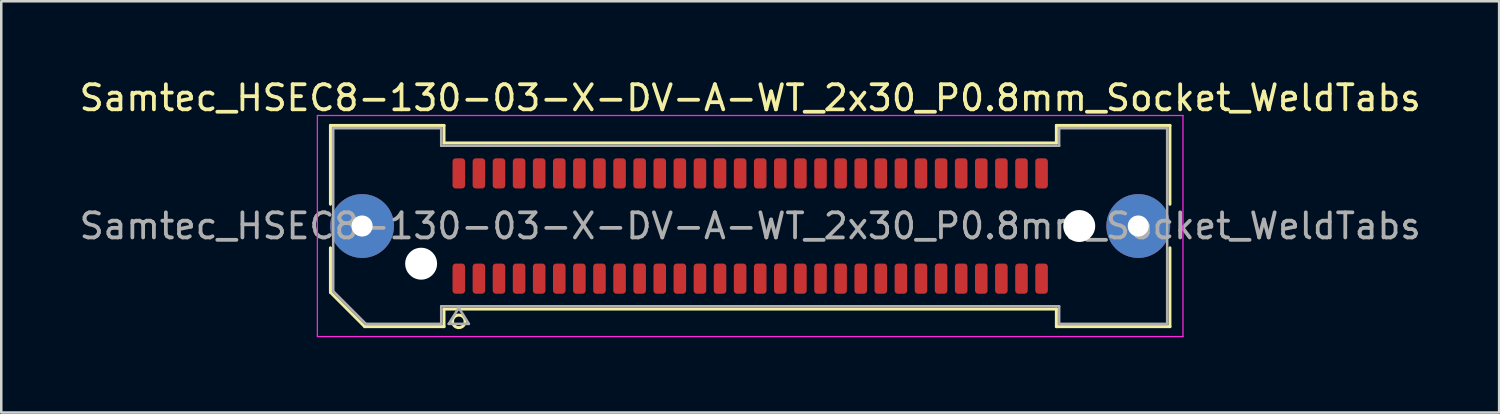
<source format=kicad_pcb>
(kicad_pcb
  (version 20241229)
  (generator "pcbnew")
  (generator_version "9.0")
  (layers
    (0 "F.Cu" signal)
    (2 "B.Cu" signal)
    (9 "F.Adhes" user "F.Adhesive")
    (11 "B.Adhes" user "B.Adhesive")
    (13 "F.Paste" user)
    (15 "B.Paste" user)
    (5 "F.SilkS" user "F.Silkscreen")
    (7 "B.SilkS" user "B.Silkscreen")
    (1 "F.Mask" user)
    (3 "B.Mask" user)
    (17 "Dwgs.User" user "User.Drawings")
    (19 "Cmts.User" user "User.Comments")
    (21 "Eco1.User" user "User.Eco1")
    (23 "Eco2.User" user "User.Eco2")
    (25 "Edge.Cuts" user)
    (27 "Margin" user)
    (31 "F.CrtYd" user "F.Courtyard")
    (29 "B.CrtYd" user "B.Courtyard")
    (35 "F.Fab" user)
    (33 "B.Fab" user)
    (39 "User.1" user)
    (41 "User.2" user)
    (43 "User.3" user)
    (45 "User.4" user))
  (footprint "Samtec_HSEC8-130-03-X-DV-A-WT_2x30_P0.8mm_Socket_WeldTabs"
    (layer "F.Cu")
    (at 26.815 5.948)
    (property "Reference" "Samtec_HSEC8-130-03-X-DV-A-WT_2x30_P0.8mm_Socket_WeldTabs" (at 0 -5.1 0) (layer "F.SilkS") (effects (font (size 1 1) (thickness 0.15))))
    (attr smd)
    (fp_line (start -16.71 -4.005) (end -12.19 -4.005) (stroke (width 0.12) (type solid)) (layer "F.SilkS"))
    (fp_line (start -16.71 -0.868) (end -16.71 -4.005) (stroke (width 0.12) (type solid)) (layer "F.SilkS"))
    (fp_line (start -16.71 2.641) (end -16.71 0.868) (stroke (width 0.12) (type solid)) (layer "F.SilkS"))
    (fp_line (start -15.346 4.005) (end -16.71 2.641) (stroke (width 0.12) (type solid)) (layer "F.SilkS"))
    (fp_line (start -12.19 -4.005) (end -12.19 -3.305) (stroke (width 0.12) (type solid)) (layer "F.SilkS"))
    (fp_line (start -12.19 -3.305) (end 12.19 -3.305) (stroke (width 0.12) (type solid)) (layer "F.SilkS"))
    (fp_line (start -12.19 3.305) (end -12.19 4.005) (stroke (width 0.12) (type solid)) (layer "F.SilkS"))
    (fp_line (start -12.19 4.005) (end -15.346 4.005) (stroke (width 0.12) (type solid)) (layer "F.SilkS"))
    (fp_line (start 12.19 -4.005) (end 16.71 -4.005) (stroke (width 0.12) (type solid)) (layer "F.SilkS"))
    (fp_line (start 12.19 -3.305) (end 12.19 -4.005) (stroke (width 0.12) (type solid)) (layer "F.SilkS"))
    (fp_line (start 12.19 3.305) (end -12.19 3.305) (stroke (width 0.12) (type solid)) (layer "F.SilkS"))
    (fp_line (start 12.19 4.005) (end 12.19 3.305) (stroke (width 0.12) (type solid)) (layer "F.SilkS"))
    (fp_line (start 16.71 -4.005) (end 16.71 -0.868) (stroke (width 0.12) (type solid)) (layer "F.SilkS"))
    (fp_line (start 16.71 0.868) (end 16.71 4.005) (stroke (width 0.12) (type solid)) (layer "F.SilkS"))
    (fp_line (start 16.71 4.005) (end 12.19 4.005) (stroke (width 0.12) (type solid)) (layer "F.SilkS"))
    (fp_circle (center -11.6 3.795) (end -11.35 3.795) (stroke (width 0.12) (type solid)) (fill no) (layer "F.SilkS"))
    (fp_line (start -17.23 -4.4) (end -17.23 4.4) (stroke (width 0.05) (type solid)) (layer "F.CrtYd"))
    (fp_line (start -17.23 4.4) (end 17.23 4.4) (stroke (width 0.05) (type solid)) (layer "F.CrtYd"))
    (fp_line (start 17.23 -4.4) (end -17.23 -4.4) (stroke (width 0.05) (type solid)) (layer "F.CrtYd"))
    (fp_line (start 17.23 4.4) (end 17.23 -4.4) (stroke (width 0.05) (type solid)) (layer "F.CrtYd"))
    (fp_line (start -16.6 -3.895) (end -12.3 -3.895) (stroke (width 0.1) (type solid)) (layer "F.Fab"))
    (fp_line (start -16.6 2.595) (end -16.6 -3.895) (stroke (width 0.1) (type solid)) (layer "F.Fab"))
    (fp_line (start -15.3 3.895) (end -16.6 2.595) (stroke (width 0.1) (type solid)) (layer "F.Fab"))
    (fp_line (start -12.3 -3.895) (end -12.3 -3.195) (stroke (width 0.1) (type solid)) (layer "F.Fab"))
    (fp_line (start -12.3 -3.195) (end 12.3 -3.195) (stroke (width 0.1) (type solid)) (layer "F.Fab"))
    (fp_line (start -12.3 3.195) (end -12.3 3.895) (stroke (width 0.1) (type solid)) (layer "F.Fab"))
    (fp_line (start -12.3 3.895) (end -15.3 3.895) (stroke (width 0.1) (type solid)) (layer "F.Fab"))
    (fp_line (start -12 3.895) (end -11.6 3.255) (stroke (width 0.1) (type solid)) (layer "F.Fab"))
    (fp_line (start -11.6 3.255) (end -11.2 3.895) (stroke (width 0.1) (type solid)) (layer "F.Fab"))
    (fp_line (start -11.2 3.895) (end -12 3.895) (stroke (width 0.1) (type solid)) (layer "F.Fab"))
    (fp_line (start 12.3 -3.895) (end 16.6 -3.895) (stroke (width 0.1) (type solid)) (layer "F.Fab"))
    (fp_line (start 12.3 -3.195) (end 12.3 -3.895) (stroke (width 0.1) (type solid)) (layer "F.Fab"))
    (fp_line (start 12.3 3.195) (end -12.3 3.195) (stroke (width 0.1) (type solid)) (layer "F.Fab"))
    (fp_line (start 12.3 3.895) (end 12.3 3.195) (stroke (width 0.1) (type solid)) (layer "F.Fab"))
    (fp_line (start 16.6 -3.895) (end 16.6 3.895) (stroke (width 0.1) (type solid)) (layer "F.Fab"))
    (fp_line (start 16.6 3.895) (end 12.3 3.895) (stroke (width 0.1) (type solid)) (layer "F.Fab"))
    (fp_text user "${REFERENCE}" (at 0 0 0) (layer "F.Fab") (effects (font (size 1 1) (thickness 0.15))))
    (pad "" thru_hole circle (at -15.45 0) (size 2.54 2.54) (drill 0.84) (layers "*.Cu" "*.Mask" "F.Paste"))
    (pad "" np_thru_hole circle (at -13.1 1.5) (size 1.27 1.27) (drill 1.27) (layers "*.Cu" "*.Mask"))
    (pad "" np_thru_hole circle (at 13.1 0) (size 1.27 1.27) (drill 1.27) (layers "*.Cu" "*.Mask"))
    (pad "" thru_hole circle (at 15.45 0) (size 2.54 2.54) (drill 0.84) (layers "*.Cu" "*.Mask" "F.Paste"))
    (pad "1" smd roundrect (at -11.6 2.095) (size 0.5 1.2) (layers "F.Cu" "F.Mask" "F.Paste") (roundrect_rratio 0.25))
    (pad "2" smd roundrect (at -11.6 -2.095) (size 0.5 1.2) (layers "F.Cu" "F.Mask" "F.Paste") (roundrect_rratio 0.25))
    (pad "3" smd roundrect (at -10.8 2.095) (size 0.5 1.2) (layers "F.Cu" "F.Mask" "F.Paste") (roundrect_rratio 0.25))
    (pad "4" smd roundrect (at -10.8 -2.095) (size 0.5 1.2) (layers "F.Cu" "F.Mask" "F.Paste") (roundrect_rratio 0.25))
    (pad "5" smd roundrect (at -10 2.095) (size 0.5 1.2) (layers "F.Cu" "F.Mask" "F.Paste") (roundrect_rratio 0.25))
    (pad "6" smd roundrect (at -10 -2.095) (size 0.5 1.2) (layers "F.Cu" "F.Mask" "F.Paste") (roundrect_rratio 0.25))
    (pad "7" smd roundrect (at -9.2 2.095) (size 0.5 1.2) (layers "F.Cu" "F.Mask" "F.Paste") (roundrect_rratio 0.25))
    (pad "8" smd roundrect (at -9.2 -2.095) (size 0.5 1.2) (layers "F.Cu" "F.Mask" "F.Paste") (roundrect_rratio 0.25))
    (pad "9" smd roundrect (at -8.4 2.095) (size 0.5 1.2) (layers "F.Cu" "F.Mask" "F.Paste") (roundrect_rratio 0.25))
    (pad "10" smd roundrect (at -8.4 -2.095) (size 0.5 1.2) (layers "F.Cu" "F.Mask" "F.Paste") (roundrect_rratio 0.25))
    (pad "11" smd roundrect (at -7.6 2.095) (size 0.5 1.2) (layers "F.Cu" "F.Mask" "F.Paste") (roundrect_rratio 0.25))
    (pad "12" smd roundrect (at -7.6 -2.095) (size 0.5 1.2) (layers "F.Cu" "F.Mask" "F.Paste") (roundrect_rratio 0.25))
    (pad "13" smd roundrect (at -6.8 2.095) (size 0.5 1.2) (layers "F.Cu" "F.Mask" "F.Paste") (roundrect_rratio 0.25))
    (pad "14" smd roundrect (at -6.8 -2.095) (size 0.5 1.2) (layers "F.Cu" "F.Mask" "F.Paste") (roundrect_rratio 0.25))
    (pad "15" smd roundrect (at -6 2.095) (size 0.5 1.2) (layers "F.Cu" "F.Mask" "F.Paste") (roundrect_rratio 0.25))
    (pad "16" smd roundrect (at -6 -2.095) (size 0.5 1.2) (layers "F.Cu" "F.Mask" "F.Paste") (roundrect_rratio 0.25))
    (pad "17" smd roundrect (at -5.2 2.095) (size 0.5 1.2) (layers "F.Cu" "F.Mask" "F.Paste") (roundrect_rratio 0.25))
    (pad "18" smd roundrect (at -5.2 -2.095) (size 0.5 1.2) (layers "F.Cu" "F.Mask" "F.Paste") (roundrect_rratio 0.25))
    (pad "19" smd roundrect (at -4.4 2.095) (size 0.5 1.2) (layers "F.Cu" "F.Mask" "F.Paste") (roundrect_rratio 0.25))
    (pad "20" smd roundrect (at -4.4 -2.095) (size 0.5 1.2) (layers "F.Cu" "F.Mask" "F.Paste") (roundrect_rratio 0.25))
    (pad "21" smd roundrect (at -3.6 2.095) (size 0.5 1.2) (layers "F.Cu" "F.Mask" "F.Paste") (roundrect_rratio 0.25))
    (pad "22" smd roundrect (at -3.6 -2.095) (size 0.5 1.2) (layers "F.Cu" "F.Mask" "F.Paste") (roundrect_rratio 0.25))
    (pad "23" smd roundrect (at -2.8 2.095) (size 0.5 1.2) (layers "F.Cu" "F.Mask" "F.Paste") (roundrect_rratio 0.25))
    (pad "24" smd roundrect (at -2.8 -2.095) (size 0.5 1.2) (layers "F.Cu" "F.Mask" "F.Paste") (roundrect_rratio 0.25))
    (pad "25" smd roundrect (at -2 2.095) (size 0.5 1.2) (layers "F.Cu" "F.Mask" "F.Paste") (roundrect_rratio 0.25))
    (pad "26" smd roundrect (at -2 -2.095) (size 0.5 1.2) (layers "F.Cu" "F.Mask" "F.Paste") (roundrect_rratio 0.25))
    (pad "27" smd roundrect (at -1.2 2.095) (size 0.5 1.2) (layers "F.Cu" "F.Mask" "F.Paste") (roundrect_rratio 0.25))
    (pad "28" smd roundrect (at -1.2 -2.095) (size 0.5 1.2) (layers "F.Cu" "F.Mask" "F.Paste") (roundrect_rratio 0.25))
    (pad "29" smd roundrect (at -0.4 2.095) (size 0.5 1.2) (layers "F.Cu" "F.Mask" "F.Paste") (roundrect_rratio 0.25))
    (pad "30" smd roundrect (at -0.4 -2.095) (size 0.5 1.2) (layers "F.Cu" "F.Mask" "F.Paste") (roundrect_rratio 0.25))
    (pad "31" smd roundrect (at 0.4 2.095) (size 0.5 1.2) (layers "F.Cu" "F.Mask" "F.Paste") (roundrect_rratio 0.25))
    (pad "32" smd roundrect (at 0.4 -2.095) (size 0.5 1.2) (layers "F.Cu" "F.Mask" "F.Paste") (roundrect_rratio 0.25))
    (pad "33" smd roundrect (at 1.2 2.095) (size 0.5 1.2) (layers "F.Cu" "F.Mask" "F.Paste") (roundrect_rratio 0.25))
    (pad "34" smd roundrect (at 1.2 -2.095) (size 0.5 1.2) (layers "F.Cu" "F.Mask" "F.Paste") (roundrect_rratio 0.25))
    (pad "35" smd roundrect (at 2 2.095) (size 0.5 1.2) (layers "F.Cu" "F.Mask" "F.Paste") (roundrect_rratio 0.25))
    (pad "36" smd roundrect (at 2 -2.095) (size 0.5 1.2) (layers "F.Cu" "F.Mask" "F.Paste") (roundrect_rratio 0.25))
    (pad "37" smd roundrect (at 2.8 2.095) (size 0.5 1.2) (layers "F.Cu" "F.Mask" "F.Paste") (roundrect_rratio 0.25))
    (pad "38" smd roundrect (at 2.8 -2.095) (size 0.5 1.2) (layers "F.Cu" "F.Mask" "F.Paste") (roundrect_rratio 0.25))
    (pad "39" smd roundrect (at 3.6 2.095) (size 0.5 1.2) (layers "F.Cu" "F.Mask" "F.Paste") (roundrect_rratio 0.25))
    (pad "40" smd roundrect (at 3.6 -2.095) (size 0.5 1.2) (layers "F.Cu" "F.Mask" "F.Paste") (roundrect_rratio 0.25))
    (pad "41" smd roundrect (at 4.4 2.095) (size 0.5 1.2) (layers "F.Cu" "F.Mask" "F.Paste") (roundrect_rratio 0.25))
    (pad "42" smd roundrect (at 4.4 -2.095) (size 0.5 1.2) (layers "F.Cu" "F.Mask" "F.Paste") (roundrect_rratio 0.25))
    (pad "43" smd roundrect (at 5.2 2.095) (size 0.5 1.2) (layers "F.Cu" "F.Mask" "F.Paste") (roundrect_rratio 0.25))
    (pad "44" smd roundrect (at 5.2 -2.095) (size 0.5 1.2) (layers "F.Cu" "F.Mask" "F.Paste") (roundrect_rratio 0.25))
    (pad "45" smd roundrect (at 6 2.095) (size 0.5 1.2) (layers "F.Cu" "F.Mask" "F.Paste") (roundrect_rratio 0.25))
    (pad "46" smd roundrect (at 6 -2.095) (size 0.5 1.2) (layers "F.Cu" "F.Mask" "F.Paste") (roundrect_rratio 0.25))
    (pad "47" smd roundrect (at 6.8 2.095) (size 0.5 1.2) (layers "F.Cu" "F.Mask" "F.Paste") (roundrect_rratio 0.25))
    (pad "48" smd roundrect (at 6.8 -2.095) (size 0.5 1.2) (layers "F.Cu" "F.Mask" "F.Paste") (roundrect_rratio 0.25))
    (pad "49" smd roundrect (at 7.6 2.095) (size 0.5 1.2) (layers "F.Cu" "F.Mask" "F.Paste") (roundrect_rratio 0.25))
    (pad "50" smd roundrect (at 7.6 -2.095) (size 0.5 1.2) (layers "F.Cu" "F.Mask" "F.Paste") (roundrect_rratio 0.25))
    (pad "51" smd roundrect (at 8.4 2.095) (size 0.5 1.2) (layers "F.Cu" "F.Mask" "F.Paste") (roundrect_rratio 0.25))
    (pad "52" smd roundrect (at 8.4 -2.095) (size 0.5 1.2) (layers "F.Cu" "F.Mask" "F.Paste") (roundrect_rratio 0.25))
    (pad "53" smd roundrect (at 9.2 2.095) (size 0.5 1.2) (layers "F.Cu" "F.Mask" "F.Paste") (roundrect_rratio 0.25))
    (pad "54" smd roundrect (at 9.2 -2.095) (size 0.5 1.2) (layers "F.Cu" "F.Mask" "F.Paste") (roundrect_rratio 0.25))
    (pad "55" smd roundrect (at 10 2.095) (size 0.5 1.2) (layers "F.Cu" "F.Mask" "F.Paste") (roundrect_rratio 0.25))
    (pad "56" smd roundrect (at 10 -2.095) (size 0.5 1.2) (layers "F.Cu" "F.Mask" "F.Paste") (roundrect_rratio 0.25))
    (pad "57" smd roundrect (at 10.8 2.095) (size 0.5 1.2) (layers "F.Cu" "F.Mask" "F.Paste") (roundrect_rratio 0.25))
    (pad "58" smd roundrect (at 10.8 -2.095) (size 0.5 1.2) (layers "F.Cu" "F.Mask" "F.Paste") (roundrect_rratio 0.25))
    (pad "59" smd roundrect (at 11.6 2.095) (size 0.5 1.2) (layers "F.Cu" "F.Mask" "F.Paste") (roundrect_rratio 0.25))
    (pad "60" smd roundrect (at 11.6 -2.095) (size 0.5 1.2) (layers "F.Cu" "F.Mask" "F.Paste") (roundrect_rratio 0.25)))
  (gr_rect
    (start -3 -3)
    (end 56.631 13.373)
    (stroke (width 0.1) (type default))
    (fill no)
    (layer "Edge.Cuts")))
</source>
